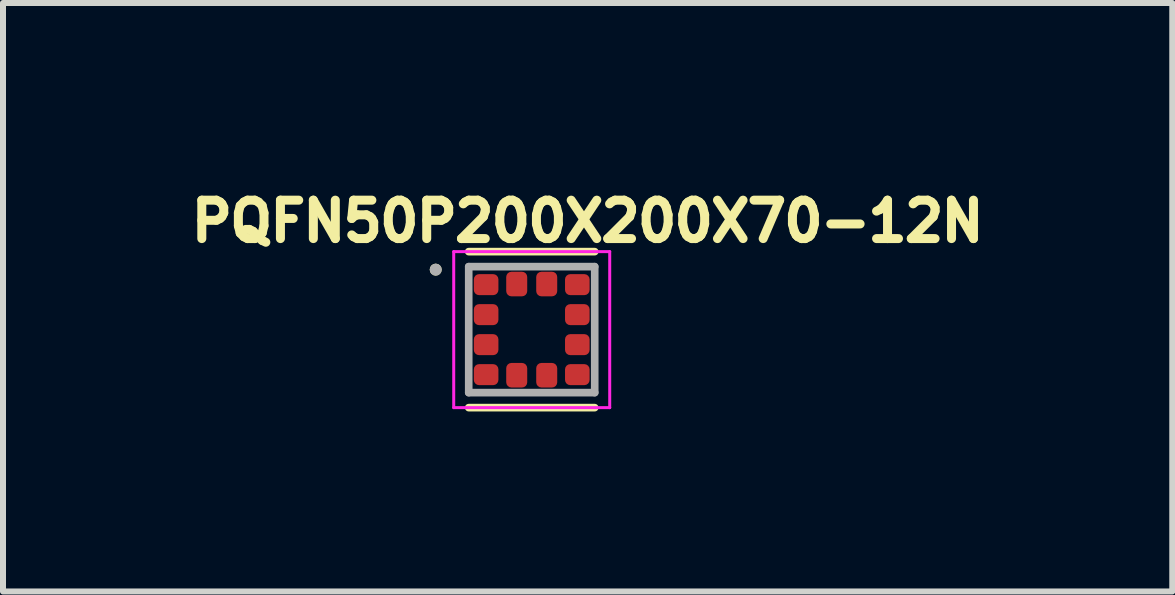
<source format=kicad_pcb>
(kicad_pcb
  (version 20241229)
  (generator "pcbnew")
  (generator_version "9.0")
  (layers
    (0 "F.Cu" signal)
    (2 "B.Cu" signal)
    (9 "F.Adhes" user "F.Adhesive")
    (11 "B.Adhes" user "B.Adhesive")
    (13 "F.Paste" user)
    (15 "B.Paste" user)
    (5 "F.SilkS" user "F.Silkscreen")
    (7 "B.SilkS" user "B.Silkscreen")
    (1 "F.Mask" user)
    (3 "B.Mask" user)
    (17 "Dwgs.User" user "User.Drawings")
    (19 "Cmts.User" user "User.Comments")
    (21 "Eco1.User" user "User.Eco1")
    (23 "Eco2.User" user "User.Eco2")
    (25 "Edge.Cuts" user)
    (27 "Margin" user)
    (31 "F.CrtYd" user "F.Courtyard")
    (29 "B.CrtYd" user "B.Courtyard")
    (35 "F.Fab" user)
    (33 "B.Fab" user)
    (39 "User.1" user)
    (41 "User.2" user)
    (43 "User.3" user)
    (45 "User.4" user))
  (footprint "PQFN50P200X200X70-12N"
    (layer "F.Cu")
    (at 5.812 2.444)
    (property "Reference" "PQFN50P200X200X70-12N" (at 0.932 -1.806 0) (layer "F.SilkS") (effects (font (size 0.64 0.64) (thickness 0.15))))
    (attr smd)
    (fp_line (start -1.05 -1.3) (end 1.05 -1.3) (stroke (width 0.127) (type solid)) (layer "F.SilkS"))
    (fp_line (start 1.05 1.3) (end -1.05 1.3) (stroke (width 0.127) (type solid)) (layer "F.SilkS"))
    (fp_circle (center -1.6 -1) (end -1.55 -1) (stroke (width 0.1) (type solid)) (fill no) (layer "F.SilkS"))
    (fp_line (start -1.3 -1.3) (end -1.3 1.3) (stroke (width 0.05) (type solid)) (layer "F.CrtYd"))
    (fp_line (start -1.3 1.3) (end 1.3 1.3) (stroke (width 0.05) (type solid)) (layer "F.CrtYd"))
    (fp_line (start 1.3 -1.3) (end -1.3 -1.3) (stroke (width 0.05) (type solid)) (layer "F.CrtYd"))
    (fp_line (start 1.3 1.3) (end 1.3 -1.3) (stroke (width 0.05) (type solid)) (layer "F.CrtYd"))
    (fp_line (start -1.05 -1.05) (end 1.05 -1.05) (stroke (width 0.127) (type solid)) (layer "F.Fab"))
    (fp_line (start -1.05 1.05) (end -1.05 -1.05) (stroke (width 0.127) (type solid)) (layer "F.Fab"))
    (fp_line (start 1.05 -1.05) (end 1.05 1.05) (stroke (width 0.127) (type solid)) (layer "F.Fab"))
    (fp_line (start 1.05 1.05) (end -1.05 1.05) (stroke (width 0.127) (type solid)) (layer "F.Fab"))
    (fp_circle (center -1.6 -1) (end -1.55 -1) (stroke (width 0.1) (type solid)) (fill no) (layer "F.Fab"))
    (pad "1" smd roundrect (at -0.76 -0.75) (size 0.41 0.35) (layers "F.Cu" "F.Mask" "F.Paste") (roundrect_rratio 0.25))
    (pad "2" smd roundrect (at -0.76 -0.25) (size 0.41 0.35) (layers "F.Cu" "F.Mask" "F.Paste") (roundrect_rratio 0.25))
    (pad "3" smd roundrect (at -0.76 0.25) (size 0.41 0.35) (layers "F.Cu" "F.Mask" "F.Paste") (roundrect_rratio 0.25))
    (pad "4" smd roundrect (at -0.76 0.75) (size 0.41 0.35) (layers "F.Cu" "F.Mask" "F.Paste") (roundrect_rratio 0.25))
    (pad "5" smd roundrect (at -0.25 0.76) (size 0.35 0.41) (layers "F.Cu" "F.Mask" "F.Paste") (roundrect_rratio 0.25))
    (pad "6" smd roundrect (at 0.25 0.76) (size 0.35 0.41) (layers "F.Cu" "F.Mask" "F.Paste") (roundrect_rratio 0.25))
    (pad "7" smd roundrect (at 0.76 0.75) (size 0.41 0.35) (layers "F.Cu" "F.Mask" "F.Paste") (roundrect_rratio 0.25))
    (pad "8" smd roundrect (at 0.76 0.25) (size 0.41 0.35) (layers "F.Cu" "F.Mask" "F.Paste") (roundrect_rratio 0.25))
    (pad "9" smd roundrect (at 0.76 -0.25) (size 0.41 0.35) (layers "F.Cu" "F.Mask" "F.Paste") (roundrect_rratio 0.25))
    (pad "10" smd roundrect (at 0.76 -0.75) (size 0.41 0.35) (layers "F.Cu" "F.Mask" "F.Paste") (roundrect_rratio 0.25))
    (pad "11" smd roundrect (at 0.25 -0.76) (size 0.35 0.41) (layers "F.Cu" "F.Mask" "F.Paste") (roundrect_rratio 0.25))
    (pad "12" smd roundrect (at -0.25 -0.76) (size 0.35 0.41) (layers "F.Cu" "F.Mask" "F.Paste") (roundrect_rratio 0.25)))
  (gr_rect
    (start -3 -3)
    (end 16.488 6.808)
    (stroke (width 0.1) (type default))
    (fill no)
    (layer "Edge.Cuts")))
</source>
